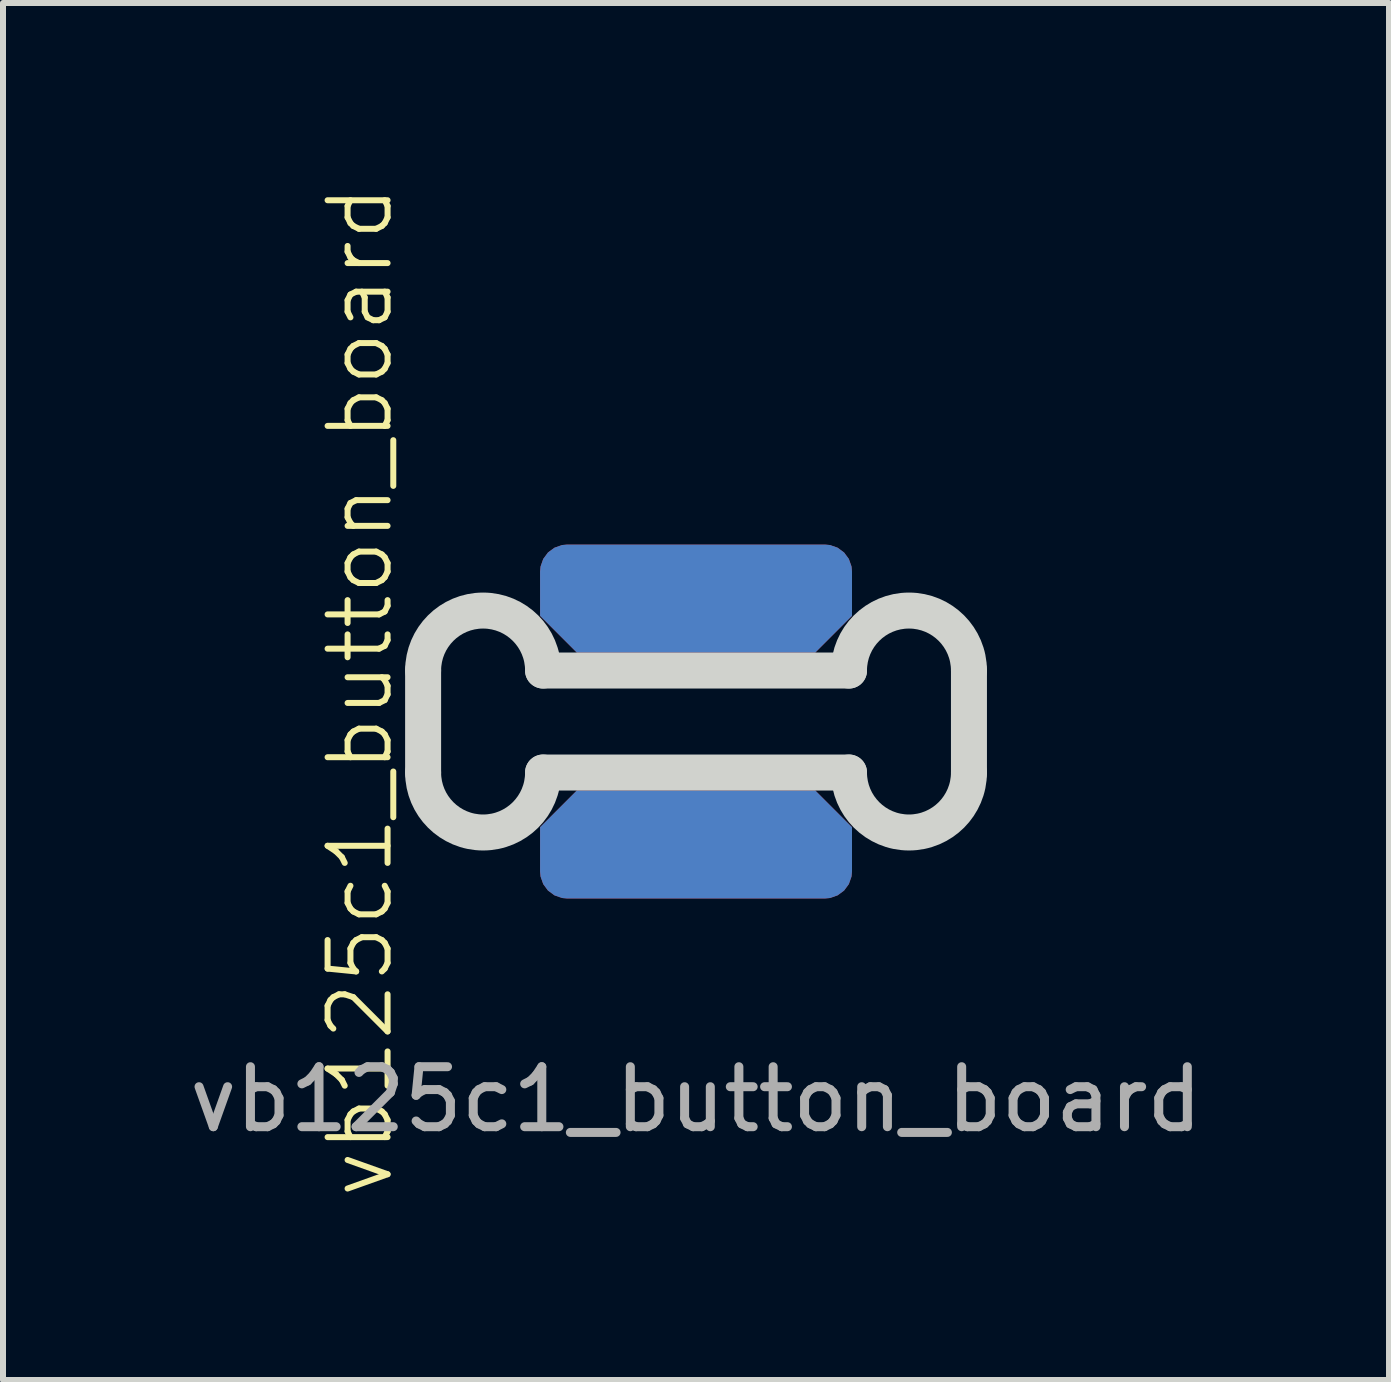
<source format=kicad_pcb>
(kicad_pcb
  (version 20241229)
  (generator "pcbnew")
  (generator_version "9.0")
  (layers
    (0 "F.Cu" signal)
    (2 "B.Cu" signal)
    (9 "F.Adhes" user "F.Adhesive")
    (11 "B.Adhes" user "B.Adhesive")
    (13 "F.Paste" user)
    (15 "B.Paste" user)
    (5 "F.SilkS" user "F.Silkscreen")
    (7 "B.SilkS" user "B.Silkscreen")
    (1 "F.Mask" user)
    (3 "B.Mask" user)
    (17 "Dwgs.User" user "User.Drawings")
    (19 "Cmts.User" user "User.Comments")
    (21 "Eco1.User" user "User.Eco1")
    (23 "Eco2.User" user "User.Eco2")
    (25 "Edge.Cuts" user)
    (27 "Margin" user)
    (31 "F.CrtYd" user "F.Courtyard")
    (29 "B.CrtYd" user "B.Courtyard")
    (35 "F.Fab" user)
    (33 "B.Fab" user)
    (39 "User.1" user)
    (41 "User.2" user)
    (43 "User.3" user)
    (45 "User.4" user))
  (footprint "vb125c1_button_board"
    (layer "F.Cu")
    (at 8.554 8.979)
    (property "Reference" "vb125c1_button_board" (at -5.6 -0.5 90) (unlocked yes) (layer "F.SilkS") (effects (font (size 1 1) (thickness 0.1))))
    (attr smd)
    (fp_line (start -4.55 0.85) (end -4.55 -0.85) (stroke (width 0.4) (type solid)) (layer "F.Mask"))
    (fp_line (start -2.55 -0.85) (end 2.55 -0.85) (stroke (width 0.4) (type solid)) (layer "F.Mask"))
    (fp_line (start 2.55 0.85) (end -2.55 0.85) (stroke (width 0.4) (type solid)) (layer "F.Mask"))
    (fp_line (start 4.55 -0.85) (end 4.55 0.85) (stroke (width 0.4) (type solid)) (layer "F.Mask"))
    (fp_rect (start -2.55 -1.125) (end -1.95 -1.775) (stroke (width 0.1) (type solid)) (fill yes) (layer "F.Mask"))
    (fp_rect (start -2.45 -1.2) (end 2.45 -0.8) (stroke (width 0.1) (type solid)) (fill yes) (layer "F.Mask"))
    (fp_rect (start -2.45 0.8) (end 2.45 1.2) (stroke (width 0.1) (type solid)) (fill yes) (layer "F.Mask"))
    (fp_rect (start -1.95 1.175) (end -2.55 1.825) (stroke (width 0.1) (type solid)) (fill yes) (layer "F.Mask"))
    (fp_rect (start 1.95 1.8) (end 2.55 1.15) (stroke (width 0.1) (type solid)) (fill yes) (layer "F.Mask"))
    (fp_rect (start 2.55 -1.775) (end 1.95 -1.125) (stroke (width 0.1) (type solid)) (fill yes) (layer "F.Mask"))
    (fp_arc (start -4.55 -0.85) (mid -3.55 -1.85) (end -2.55 -0.85) (stroke (width 0.4) (type solid)) (layer "F.Mask"))
    (fp_arc (start -2.55 0.85) (mid -3.55 1.85) (end -4.55 0.85) (stroke (width 0.4) (type solid)) (layer "F.Mask"))
    (fp_arc (start 2.55 -0.85) (mid 3.55 -1.85) (end 4.55 -0.85) (stroke (width 0.4) (type solid)) (layer "F.Mask"))
    (fp_arc (start 4.55 0.85) (mid 3.55 1.85) (end 2.55 0.85) (stroke (width 0.4) (type solid)) (layer "F.Mask"))
    (fp_line (start -4.55 -0.85) (end -4.55 0.85) (stroke (width 0.4) (type solid)) (layer "B.Mask"))
    (fp_line (start -2.55 0.85) (end 2.55 0.85) (stroke (width 0.4) (type solid)) (layer "B.Mask"))
    (fp_line (start 2.55 -0.85) (end -2.55 -0.85) (stroke (width 0.4) (type solid)) (layer "B.Mask"))
    (fp_line (start 4.55 0.85) (end 4.55 -0.85) (stroke (width 0.4) (type solid)) (layer "B.Mask"))
    (fp_rect (start -2.55 1.175) (end -1.95 1.825) (stroke (width 0.1) (type solid)) (fill yes) (layer "B.Mask"))
    (fp_rect (start -2.45 -1.2) (end 2.475 -0.8) (stroke (width 0.1) (type solid)) (fill yes) (layer "B.Mask"))
    (fp_rect (start -2.45 0.8) (end 2.475 1.2) (stroke (width 0.1) (type solid)) (fill yes) (layer "B.Mask"))
    (fp_rect (start -1.95 -1.175) (end -2.55 -1.825) (stroke (width 0.1) (type solid)) (fill yes) (layer "B.Mask"))
    (fp_rect (start 1.95 1.175) (end 2.55 1.825) (stroke (width 0.1) (type solid)) (fill yes) (layer "B.Mask"))
    (fp_rect (start 2.55 -1.175) (end 1.95 -1.825) (stroke (width 0.1) (type solid)) (fill yes) (layer "B.Mask"))
    (fp_arc (start -4.55 -0.85) (mid -3.55 -1.85) (end -2.55 -0.85) (stroke (width 0.4) (type solid)) (layer "B.Mask"))
    (fp_arc (start -2.55 0.85) (mid -3.55 1.85) (end -4.55 0.85) (stroke (width 0.4) (type solid)) (layer "B.Mask"))
    (fp_arc (start 2.55 -0.85) (mid 3.55 -1.85) (end 4.55 -0.85) (stroke (width 0.4) (type solid)) (layer "B.Mask"))
    (fp_arc (start 4.55 0.85) (mid 3.55 1.85) (end 2.55 0.85) (stroke (width 0.4) (type solid)) (layer "B.Mask"))
    (fp_line (start -4.55 -0.85) (end -4.55 0.85) (stroke (width 0.6) (type solid)) (layer "Edge.Cuts"))
    (fp_line (start -2.55 0.85) (end 2.55 0.85) (stroke (width 0.6) (type solid)) (layer "Edge.Cuts"))
    (fp_line (start 2.55 -0.85) (end -2.55 -0.85) (stroke (width 0.6) (type solid)) (layer "Edge.Cuts"))
    (fp_line (start 4.55 0.85) (end 4.55 -0.85) (stroke (width 0.6) (type solid)) (layer "Edge.Cuts"))
    (fp_arc (start -4.55 -0.85) (mid -3.55 -1.85) (end -2.55 -0.85) (stroke (width 0.6) (type solid)) (layer "Edge.Cuts"))
    (fp_arc (start -2.55 0.85) (mid -3.55 1.85) (end -4.55 0.85) (stroke (width 0.6) (type solid)) (layer "Edge.Cuts"))
    (fp_arc (start 2.55 -0.85) (mid 3.55 -1.85) (end 4.55 -0.85) (stroke (width 0.6) (type solid)) (layer "Edge.Cuts"))
    (fp_arc (start 4.55 0.85) (mid 3.55 1.85) (end 2.55 0.85) (stroke (width 0.6) (type solid)) (layer "Edge.Cuts"))
    (fp_text user "${REFERENCE}" (at 0 6.3 0) (unlocked yes) (layer "F.Fab") (effects (font (size 1 1) (thickness 0.15))))
    (pad "1" smd roundrect (at 0 2.05 180) (size 5.2 1.8) (layers "F.Cu" "F.Mask") (roundrect_rratio 0.25) (chamfer_ratio 0.34) (chamfer bottom_left bottom_right))
    (pad "1" smd roundrect (at 0 2.05 180) (size 5.2 1.8) (layers "B.Cu" "B.Mask") (roundrect_rratio 0.25) (chamfer_ratio 0.34) (chamfer bottom_left bottom_right))
    (pad "2" smd roundrect (at 0 -2.05) (size 5.2 1.8) (layers "F.Cu" "F.Mask") (roundrect_rratio 0.25) (chamfer_ratio 0.34) (chamfer bottom_left bottom_right))
    (pad "2" smd roundrect (at 0 -2.05) (size 5.2 1.8) (layers "B.Cu" "B.Mask") (roundrect_rratio 0.25) (chamfer_ratio 0.34) (chamfer bottom_left bottom_right)))
  (gr_rect
    (start -3 -3)
    (end 20.107 19.957)
    (stroke (width 0.1) (type default))
    (fill no)
    (layer "Edge.Cuts")))
</source>
